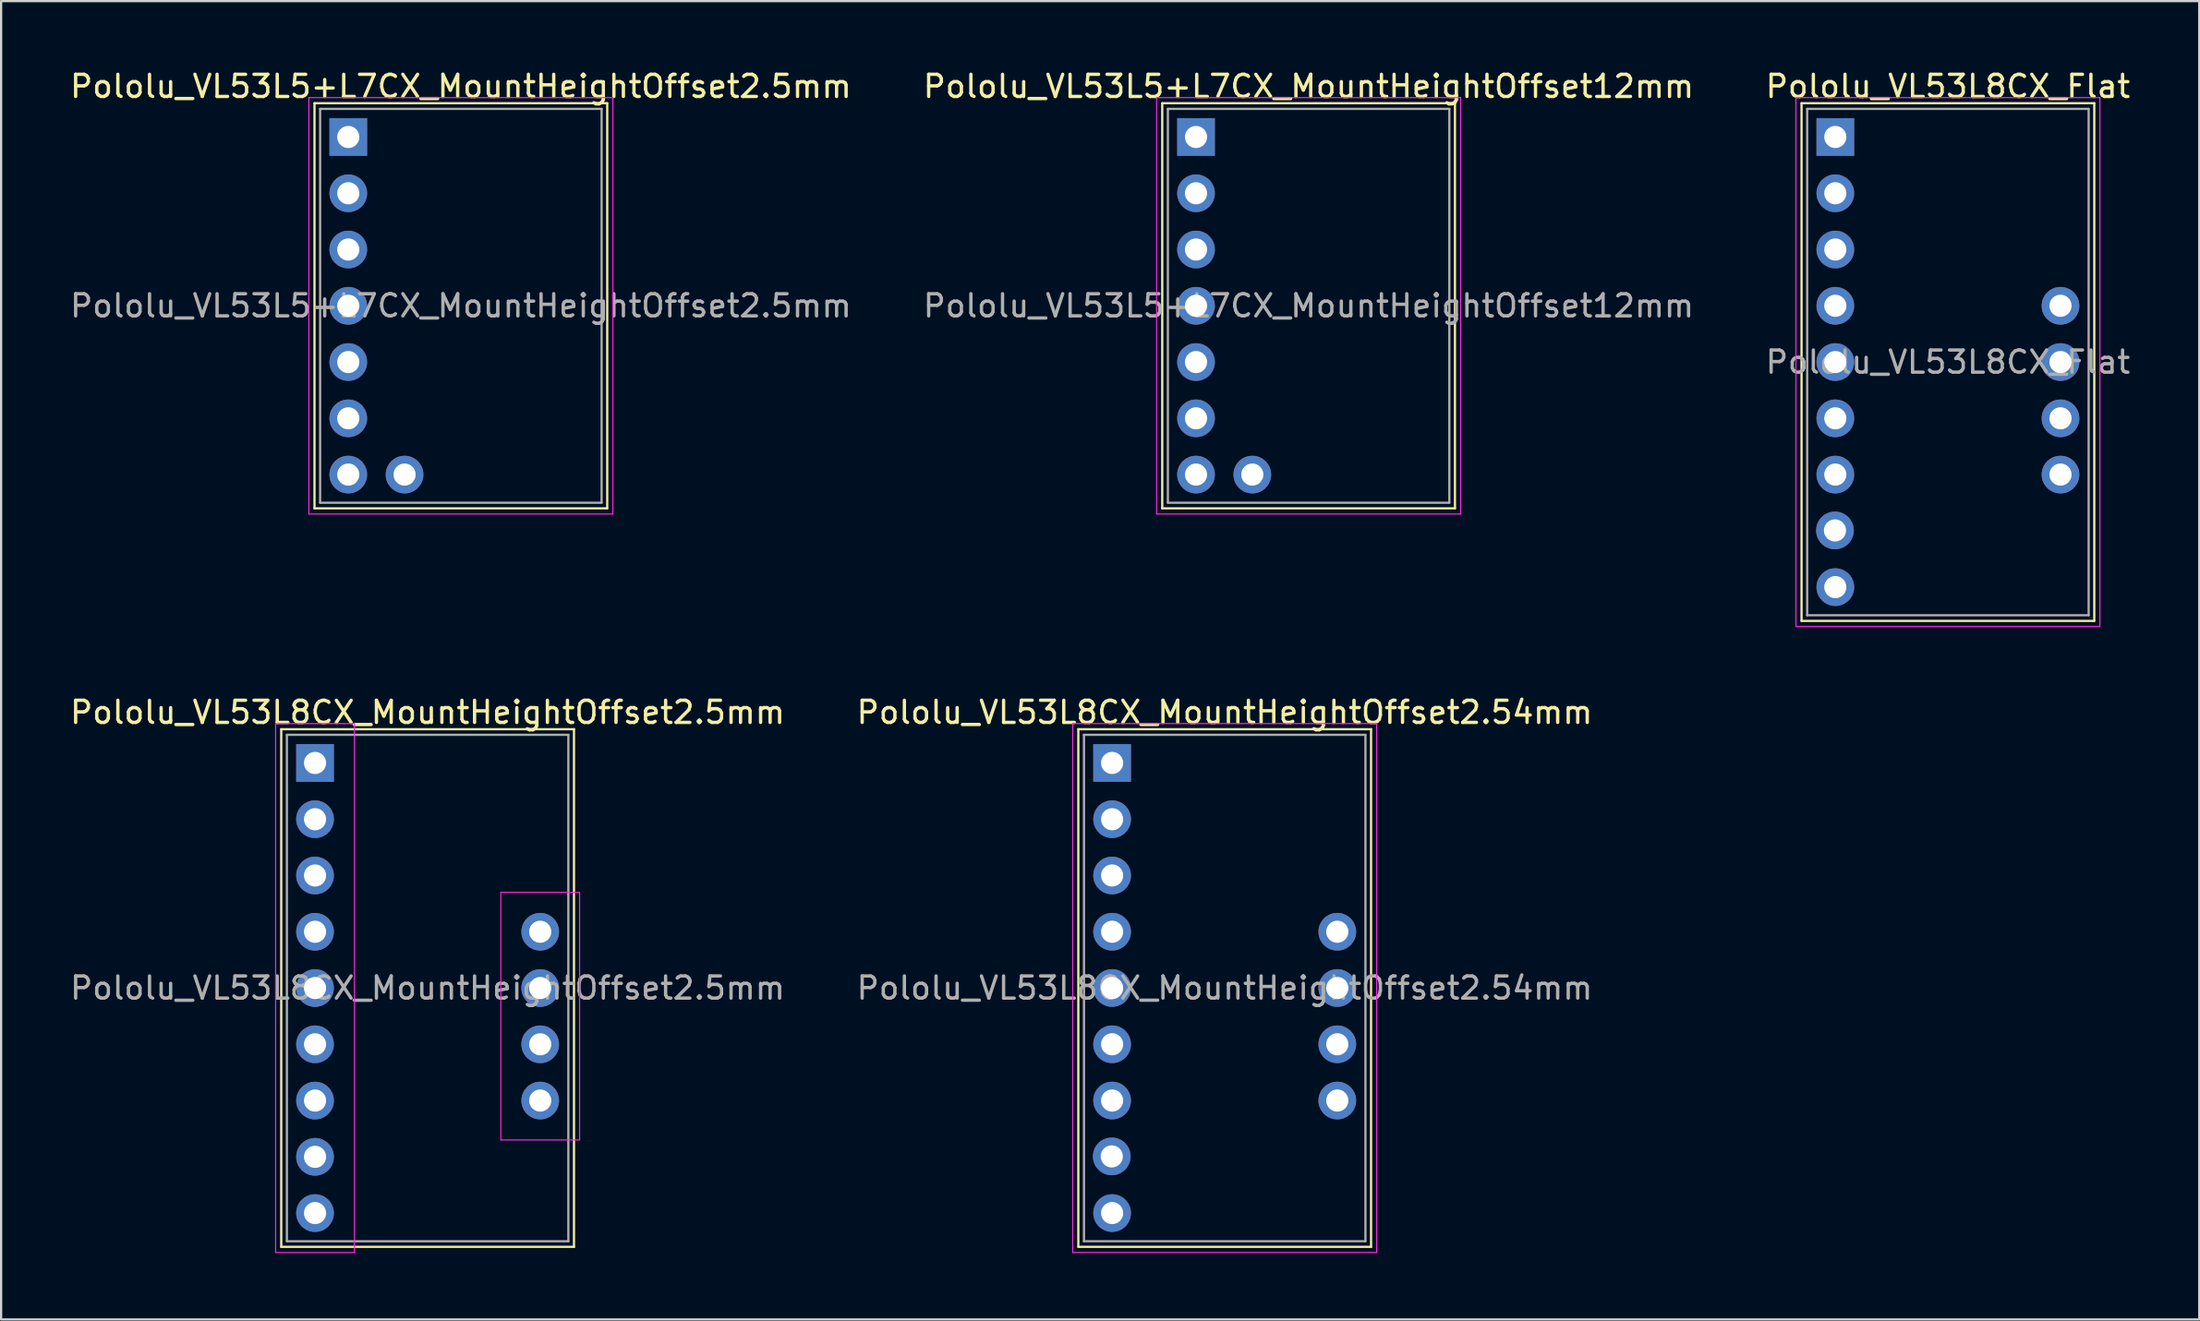
<source format=kicad_pcb>
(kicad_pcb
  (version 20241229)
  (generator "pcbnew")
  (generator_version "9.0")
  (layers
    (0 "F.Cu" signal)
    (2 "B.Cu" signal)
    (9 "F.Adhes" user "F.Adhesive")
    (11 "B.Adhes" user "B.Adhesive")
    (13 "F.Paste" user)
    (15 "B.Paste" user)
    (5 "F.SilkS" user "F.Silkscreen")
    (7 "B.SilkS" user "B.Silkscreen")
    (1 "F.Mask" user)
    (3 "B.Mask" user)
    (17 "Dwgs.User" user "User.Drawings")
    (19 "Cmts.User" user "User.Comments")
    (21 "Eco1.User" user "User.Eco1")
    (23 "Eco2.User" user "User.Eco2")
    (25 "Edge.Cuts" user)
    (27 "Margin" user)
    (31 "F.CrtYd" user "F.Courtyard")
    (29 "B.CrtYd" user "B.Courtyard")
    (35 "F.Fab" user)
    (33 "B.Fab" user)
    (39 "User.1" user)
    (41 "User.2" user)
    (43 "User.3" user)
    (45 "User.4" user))
  (footprint "Pololu_VL53L5+L7CX_MountHeightOffset12mm"
    (layer "F.Cu")
    (at 50.914 3.134)
    (property "Reference" "Pololu_VL53L5+L7CX_MountHeightOffset12mm" (at 5.08 -2.286 0) (unlocked yes) (layer "F.SilkS") (effects (font (size 1 1) (thickness 0.15))))
    (attr smd)
    (fp_line (start -1.524 -1.524) (end 11.684 -1.524) (stroke (width 0.1) (type default)) (layer "F.SilkS"))
    (fp_line (start -1.524 16.764) (end -1.524 -1.524) (stroke (width 0.1) (type default)) (layer "F.SilkS"))
    (fp_line (start 11.684 -1.524) (end 11.684 16.764) (stroke (width 0.1) (type default)) (layer "F.SilkS"))
    (fp_line (start 11.684 16.764) (end -1.524 16.764) (stroke (width 0.1) (type default)) (layer "F.SilkS"))
    (fp_line (start -1.778 -1.778) (end 11.938 -1.778) (stroke (width 0.05) (type default)) (layer "F.CrtYd"))
    (fp_line (start -1.778 17.018) (end -1.778 -1.778) (stroke (width 0.05) (type default)) (layer "F.CrtYd"))
    (fp_line (start 11.938 -1.778) (end 11.938 17.018) (stroke (width 0.05) (type default)) (layer "F.CrtYd"))
    (fp_line (start 11.938 17.018) (end -1.778 17.018) (stroke (width 0.05) (type default)) (layer "F.CrtYd"))
    (fp_line (start -1.27 -1.27) (end -1.27 16.51) (stroke (width 0.1) (type default)) (layer "F.Fab"))
    (fp_line (start -1.27 16.51) (end 11.43 16.51) (stroke (width 0.1) (type default)) (layer "F.Fab"))
    (fp_line (start 11.43 -1.27) (end -1.27 -1.27) (stroke (width 0.1) (type default)) (layer "F.Fab"))
    (fp_line (start 11.43 16.51) (end 11.43 -1.27) (stroke (width 0.1) (type default)) (layer "F.Fab"))
    (fp_text user "${REFERENCE}" (at 5.08 7.62 0) (layer "F.Fab") (effects (font (size 1 1) (thickness 0.15))))
    (pad "1" thru_hole rect (at 0 0) (size 1.7 1.7) (drill 1) (layers "*.Cu" "*.Mask"))
    (pad "2" thru_hole oval (at 0 2.54) (size 1.7 1.7) (drill 1) (layers "*.Cu" "*.Mask"))
    (pad "3" thru_hole oval (at 0 5.08) (size 1.7 1.7) (drill 1) (layers "*.Cu" "*.Mask"))
    (pad "4" thru_hole oval (at 0 7.62) (size 1.7 1.7) (drill 1) (layers "*.Cu" "*.Mask"))
    (pad "5" thru_hole oval (at 0 10.16) (size 1.7 1.7) (drill 1) (layers "*.Cu" "*.Mask"))
    (pad "6" thru_hole oval (at 0 12.7) (size 1.7 1.7) (drill 1) (layers "*.Cu" "*.Mask"))
    (pad "7" thru_hole oval (at 0 15.24) (size 1.7 1.7) (drill 1) (layers "*.Cu" "*.Mask"))
    (pad "8" thru_hole oval (at 2.54 15.24) (size 1.7 1.7) (drill 1) (layers "*.Cu" "*.Mask")))
  (footprint "Pololu_VL53L5+L7CX_MountHeightOffset2.5mm"
    (layer "F.Cu")
    (at 12.664 3.134)
    (property "Reference" "Pololu_VL53L5+L7CX_MountHeightOffset2.5mm" (at 5.08 -2.286 0) (unlocked yes) (layer "F.SilkS") (effects (font (size 1 1) (thickness 0.15))))
    (attr smd)
    (fp_line (start -1.524 -1.524) (end 11.684 -1.524) (stroke (width 0.1) (type default)) (layer "F.SilkS"))
    (fp_line (start -1.524 16.764) (end -1.524 -1.524) (stroke (width 0.1) (type default)) (layer "F.SilkS"))
    (fp_line (start 11.684 -1.524) (end 11.684 16.764) (stroke (width 0.1) (type default)) (layer "F.SilkS"))
    (fp_line (start 11.684 16.764) (end -1.524 16.764) (stroke (width 0.1) (type default)) (layer "F.SilkS"))
    (fp_line (start -1.778 -1.778) (end 11.938 -1.778) (stroke (width 0.05) (type default)) (layer "F.CrtYd"))
    (fp_line (start -1.778 17.018) (end -1.778 -1.778) (stroke (width 0.05) (type default)) (layer "F.CrtYd"))
    (fp_line (start 11.938 -1.778) (end 11.938 17.018) (stroke (width 0.05) (type default)) (layer "F.CrtYd"))
    (fp_line (start 11.938 17.018) (end -1.778 17.018) (stroke (width 0.05) (type default)) (layer "F.CrtYd"))
    (fp_line (start -1.27 -1.27) (end -1.27 16.51) (stroke (width 0.1) (type default)) (layer "F.Fab"))
    (fp_line (start -1.27 16.51) (end 11.43 16.51) (stroke (width 0.1) (type default)) (layer "F.Fab"))
    (fp_line (start 11.43 -1.27) (end -1.27 -1.27) (stroke (width 0.1) (type default)) (layer "F.Fab"))
    (fp_line (start 11.43 16.51) (end 11.43 -1.27) (stroke (width 0.1) (type default)) (layer "F.Fab"))
    (fp_text user "${REFERENCE}" (at 5.08 7.62 0) (layer "F.Fab") (effects (font (size 1 1) (thickness 0.15))))
    (pad "1" thru_hole rect (at 0 0) (size 1.7 1.7) (drill 1) (layers "*.Cu" "*.Mask"))
    (pad "2" thru_hole oval (at 0 2.54) (size 1.7 1.7) (drill 1) (layers "*.Cu" "*.Mask"))
    (pad "3" thru_hole oval (at 0 5.08) (size 1.7 1.7) (drill 1) (layers "*.Cu" "*.Mask"))
    (pad "4" thru_hole oval (at 0 7.62) (size 1.7 1.7) (drill 1) (layers "*.Cu" "*.Mask"))
    (pad "5" thru_hole oval (at 0 10.16) (size 1.7 1.7) (drill 1) (layers "*.Cu" "*.Mask"))
    (pad "6" thru_hole oval (at 0 12.7) (size 1.7 1.7) (drill 1) (layers "*.Cu" "*.Mask"))
    (pad "7" thru_hole oval (at 0 15.24) (size 1.7 1.7) (drill 1) (layers "*.Cu" "*.Mask"))
    (pad "8" thru_hole oval (at 2.54 15.24) (size 1.7 1.7) (drill 1) (layers "*.Cu" "*.Mask")))
  (footprint "Pololu_VL53L8CX_MountHeightOffset2.5mm"
    (layer "F.Cu")
    (at 11.164 31.392)
    (property "Reference" "Pololu_VL53L8CX_MountHeightOffset2.5mm" (at 5.08 -2.286 0) (unlocked yes) (layer "F.SilkS") (effects (font (size 1 1) (thickness 0.15))))
    (attr smd)
    (fp_line (start -1.524 -1.524) (end 11.684 -1.524) (stroke (width 0.1) (type default)) (layer "F.SilkS"))
    (fp_line (start -1.524 21.844) (end -1.524 -1.524) (stroke (width 0.1) (type default)) (layer "F.SilkS"))
    (fp_line (start 11.684 -1.524) (end 11.684 21.844) (stroke (width 0.1) (type default)) (layer "F.SilkS"))
    (fp_line (start 11.684 21.844) (end -1.524 21.844) (stroke (width 0.1) (type default)) (layer "F.SilkS"))
    (fp_line (start -1.778 -1.778) (end 1.778 -1.778) (stroke (width 0.05) (type default)) (layer "F.CrtYd"))
    (fp_line (start -1.778 22.098) (end -1.778 -1.778) (stroke (width 0.05) (type default)) (layer "F.CrtYd"))
    (fp_line (start 1.778 -1.778) (end 1.778 22.098) (stroke (width 0.05) (type default)) (layer "F.CrtYd"))
    (fp_line (start 1.778 22.098) (end -1.778 22.098) (stroke (width 0.05) (type default)) (layer "F.CrtYd"))
    (fp_line (start 8.382 5.842) (end 8.382 17.018) (stroke (width 0.05) (type default)) (layer "F.CrtYd"))
    (fp_line (start 8.382 5.842) (end 11.938 5.842) (stroke (width 0.05) (type default)) (layer "F.CrtYd"))
    (fp_line (start 8.382 17.018) (end 11.938 17.018) (stroke (width 0.05) (type default)) (layer "F.CrtYd"))
    (fp_line (start 11.938 5.842) (end 11.938 17.018) (stroke (width 0.05) (type default)) (layer "F.CrtYd"))
    (fp_line (start -1.27 -1.27) (end -1.27 21.59) (stroke (width 0.1) (type default)) (layer "F.Fab"))
    (fp_line (start -1.27 21.59) (end 11.43 21.59) (stroke (width 0.1) (type default)) (layer "F.Fab"))
    (fp_line (start 11.43 -1.27) (end -1.27 -1.27) (stroke (width 0.1) (type default)) (layer "F.Fab"))
    (fp_line (start 11.43 21.59) (end 11.43 -1.27) (stroke (width 0.1) (type default)) (layer "F.Fab"))
    (fp_text user "${REFERENCE}" (at 5.08 10.16 0) (layer "F.Fab") (effects (font (size 1 1) (thickness 0.15))))
    (pad "1" thru_hole rect (at 0 0) (size 1.7 1.7) (drill 1) (layers "*.Cu" "*.Mask"))
    (pad "2" thru_hole oval (at 0 2.54) (size 1.7 1.7) (drill 1) (layers "*.Cu" "*.Mask"))
    (pad "3" thru_hole oval (at 0 5.08) (size 1.7 1.7) (drill 1) (layers "*.Cu" "*.Mask"))
    (pad "4" thru_hole oval (at 0 7.62) (size 1.7 1.7) (drill 1) (layers "*.Cu" "*.Mask"))
    (pad "5" thru_hole oval (at 0 10.16) (size 1.7 1.7) (drill 1) (layers "*.Cu" "*.Mask"))
    (pad "6" thru_hole oval (at 0 12.7) (size 1.7 1.7) (drill 1) (layers "*.Cu" "*.Mask"))
    (pad "7" thru_hole oval (at 0 15.24) (size 1.7 1.7) (drill 1) (layers "*.Cu" "*.Mask"))
    (pad "8" thru_hole oval (at 0 17.78) (size 1.7 1.7) (drill 1) (layers "*.Cu" "*.Mask"))
    (pad "9" thru_hole oval (at 0 20.32) (size 1.7 1.7) (drill 1) (layers "*.Cu" "*.Mask"))
    (pad "10" thru_hole oval (at 10.16 7.62) (size 1.7 1.7) (drill 1) (layers "*.Cu" "*.Mask"))
    (pad "11" thru_hole oval (at 10.16 10.16) (size 1.7 1.7) (drill 1) (layers "*.Cu" "*.Mask"))
    (pad "12" thru_hole oval (at 10.16 12.7) (size 1.7 1.7) (drill 1) (layers "*.Cu" "*.Mask"))
    (pad "13" thru_hole oval (at 10.16 15.24) (size 1.7 1.7) (drill 1) (layers "*.Cu" "*.Mask")))
  (footprint "Pololu_VL53L8CX_MountHeightOffset2.54mm"
    (layer "F.Cu")
    (at 52.208 41.551)
    (property "Reference" "Pololu_VL53L8CX_MountHeightOffset2.54mm" (at 0 -12.446 0) (unlocked yes) (layer "F.SilkS") (effects (font (size 1 1) (thickness 0.15))))
    (attr smd)
    (fp_line (start -6.604 -11.684) (end 6.604 -11.684) (stroke (width 0.1) (type default)) (layer "F.SilkS"))
    (fp_line (start -6.604 11.684) (end -6.604 -11.684) (stroke (width 0.1) (type default)) (layer "F.SilkS"))
    (fp_line (start 6.604 -11.684) (end 6.604 11.684) (stroke (width 0.1) (type default)) (layer "F.SilkS"))
    (fp_line (start 6.604 11.684) (end -6.604 11.684) (stroke (width 0.1) (type default)) (layer "F.SilkS"))
    (fp_line (start -6.858 -11.938) (end 6.858 -11.938) (stroke (width 0.05) (type default)) (layer "F.CrtYd"))
    (fp_line (start -6.858 11.938) (end -6.858 -11.938) (stroke (width 0.05) (type default)) (layer "F.CrtYd"))
    (fp_line (start 6.858 -11.938) (end 6.858 11.938) (stroke (width 0.05) (type default)) (layer "F.CrtYd"))
    (fp_line (start 6.858 11.938) (end -6.858 11.938) (stroke (width 0.05) (type default)) (layer "F.CrtYd"))
    (fp_line (start -6.35 -11.43) (end -6.35 11.43) (stroke (width 0.1) (type default)) (layer "F.Fab"))
    (fp_line (start -6.35 11.43) (end 6.35 11.43) (stroke (width 0.1) (type default)) (layer "F.Fab"))
    (fp_line (start 6.35 -11.43) (end -6.35 -11.43) (stroke (width 0.1) (type default)) (layer "F.Fab"))
    (fp_line (start 6.35 11.43) (end 6.35 -11.43) (stroke (width 0.1) (type default)) (layer "F.Fab"))
    (fp_text user "${REFERENCE}" (at 0 0 0) (layer "F.Fab") (effects (font (size 1 1) (thickness 0.15))))
    (pad "1" thru_hole rect (at -5.08 -10.16) (size 1.7 1.7) (drill 1) (layers "*.Cu" "*.Mask"))
    (pad "2" thru_hole oval (at -5.08 -7.62) (size 1.7 1.7) (drill 1) (layers "*.Cu" "*.Mask"))
    (pad "3" thru_hole oval (at -5.08 -5.08) (size 1.7 1.7) (drill 1) (layers "*.Cu" "*.Mask"))
    (pad "4" thru_hole oval (at -5.08 -2.54) (size 1.7 1.7) (drill 1) (layers "*.Cu" "*.Mask"))
    (pad "5" thru_hole oval (at -5.08 0) (size 1.7 1.7) (drill 1) (layers "*.Cu" "*.Mask"))
    (pad "6" thru_hole oval (at -5.08 2.54) (size 1.7 1.7) (drill 1) (layers "*.Cu" "*.Mask"))
    (pad "7" thru_hole oval (at -5.08 5.08) (size 1.7 1.7) (drill 1) (layers "*.Cu" "*.Mask"))
    (pad "8" thru_hole oval (at -5.096 7.601) (size 1.7 1.7) (drill 1) (layers "*.Cu" "*.Mask"))
    (pad "9" thru_hole oval (at -5.08 10.16) (size 1.7 1.7) (drill 1) (layers "*.Cu" "*.Mask"))
    (pad "10" thru_hole oval (at 5.08 -2.54) (size 1.7 1.7) (drill 1) (layers "*.Cu" "*.Mask"))
    (pad "11" thru_hole oval (at 5.08 0) (size 1.7 1.7) (drill 1) (layers "*.Cu" "*.Mask"))
    (pad "12" thru_hole oval (at 5.08 2.54) (size 1.7 1.7) (drill 1) (layers "*.Cu" "*.Mask"))
    (pad "13" thru_hole oval (at 5.08 5.08) (size 1.7 1.7) (drill 1) (layers "*.Cu" "*.Mask")))
  (footprint "Pololu_VL53L8CX_Flat"
    (layer "F.Cu")
    (at 84.839 13.294)
    (property "Reference" "Pololu_VL53L8CX_Flat" (at 0 -12.446 0) (unlocked yes) (layer "F.SilkS") (effects (font (size 1 1) (thickness 0.15))))
    (attr smd)
    (fp_line (start -6.604 -11.684) (end 6.604 -11.684) (stroke (width 0.1) (type default)) (layer "F.SilkS"))
    (fp_line (start -6.604 11.684) (end -6.604 -11.684) (stroke (width 0.1) (type default)) (layer "F.SilkS"))
    (fp_line (start 6.604 -11.684) (end 6.604 11.684) (stroke (width 0.1) (type default)) (layer "F.SilkS"))
    (fp_line (start 6.604 11.684) (end -6.604 11.684) (stroke (width 0.1) (type default)) (layer "F.SilkS"))
    (fp_line (start -6.858 -11.938) (end 6.858 -11.938) (stroke (width 0.05) (type default)) (layer "F.CrtYd"))
    (fp_line (start -6.858 11.938) (end -6.858 -11.938) (stroke (width 0.05) (type default)) (layer "F.CrtYd"))
    (fp_line (start 6.858 -11.938) (end 6.858 11.938) (stroke (width 0.05) (type default)) (layer "F.CrtYd"))
    (fp_line (start 6.858 11.938) (end -6.858 11.938) (stroke (width 0.05) (type default)) (layer "F.CrtYd"))
    (fp_line (start -6.35 -11.43) (end -6.35 11.43) (stroke (width 0.1) (type default)) (layer "F.Fab"))
    (fp_line (start -6.35 11.43) (end 6.35 11.43) (stroke (width 0.1) (type default)) (layer "F.Fab"))
    (fp_line (start 6.35 -11.43) (end -6.35 -11.43) (stroke (width 0.1) (type default)) (layer "F.Fab"))
    (fp_line (start 6.35 11.43) (end 6.35 -11.43) (stroke (width 0.1) (type default)) (layer "F.Fab"))
    (fp_text user "${REFERENCE}" (at 0 0 0) (layer "F.Fab") (effects (font (size 1 1) (thickness 0.15))))
    (pad "1" thru_hole rect (at -5.08 -10.16) (size 1.7 1.7) (drill 1) (layers "*.Cu" "*.Mask"))
    (pad "2" thru_hole oval (at -5.08 -7.62) (size 1.7 1.7) (drill 1) (layers "*.Cu" "*.Mask"))
    (pad "3" thru_hole oval (at -5.08 -5.08) (size 1.7 1.7) (drill 1) (layers "*.Cu" "*.Mask"))
    (pad "4" thru_hole oval (at -5.08 -2.54) (size 1.7 1.7) (drill 1) (layers "*.Cu" "*.Mask"))
    (pad "5" thru_hole oval (at -5.08 0) (size 1.7 1.7) (drill 1) (layers "*.Cu" "*.Mask"))
    (pad "6" thru_hole oval (at -5.08 2.54) (size 1.7 1.7) (drill 1) (layers "*.Cu" "*.Mask"))
    (pad "7" thru_hole oval (at -5.08 5.08) (size 1.7 1.7) (drill 1) (layers "*.Cu" "*.Mask"))
    (pad "8" thru_hole oval (at -5.096 7.601) (size 1.7 1.7) (drill 1) (layers "*.Cu" "*.Mask"))
    (pad "9" thru_hole oval (at -5.08 10.16) (size 1.7 1.7) (drill 1) (layers "*.Cu" "*.Mask"))
    (pad "10" thru_hole oval (at 5.08 -2.54) (size 1.7 1.7) (drill 1) (layers "*.Cu" "*.Mask"))
    (pad "11" thru_hole oval (at 5.08 0) (size 1.7 1.7) (drill 1) (layers "*.Cu" "*.Mask"))
    (pad "12" thru_hole oval (at 5.08 2.54) (size 1.7 1.7) (drill 1) (layers "*.Cu" "*.Mask"))
    (pad "13" thru_hole oval (at 5.08 5.08) (size 1.7 1.7) (drill 1) (layers "*.Cu" "*.Mask"))
    (zone (net_name "") (layer "F.Cu") (hatch edge 0.5) (connect_pads) (min_thickness 0.25) (filled_areas_thickness no) (keepout (tracks allowed) (vias allowed) (pads allowed) (copperpour allowed) (footprints not_allowed)) (placement (enabled no)) (fill) (polygon (pts (xy 78.489 1.864) (xy 91.189 1.864) (xy 91.189 24.724) (xy 78.489 24.724)))))
  (gr_rect
    (start -3 -3)
    (end 96.179 56.514)
    (stroke (width 0.1) (type default))
    (fill no)
    (layer "Edge.Cuts")))
</source>
